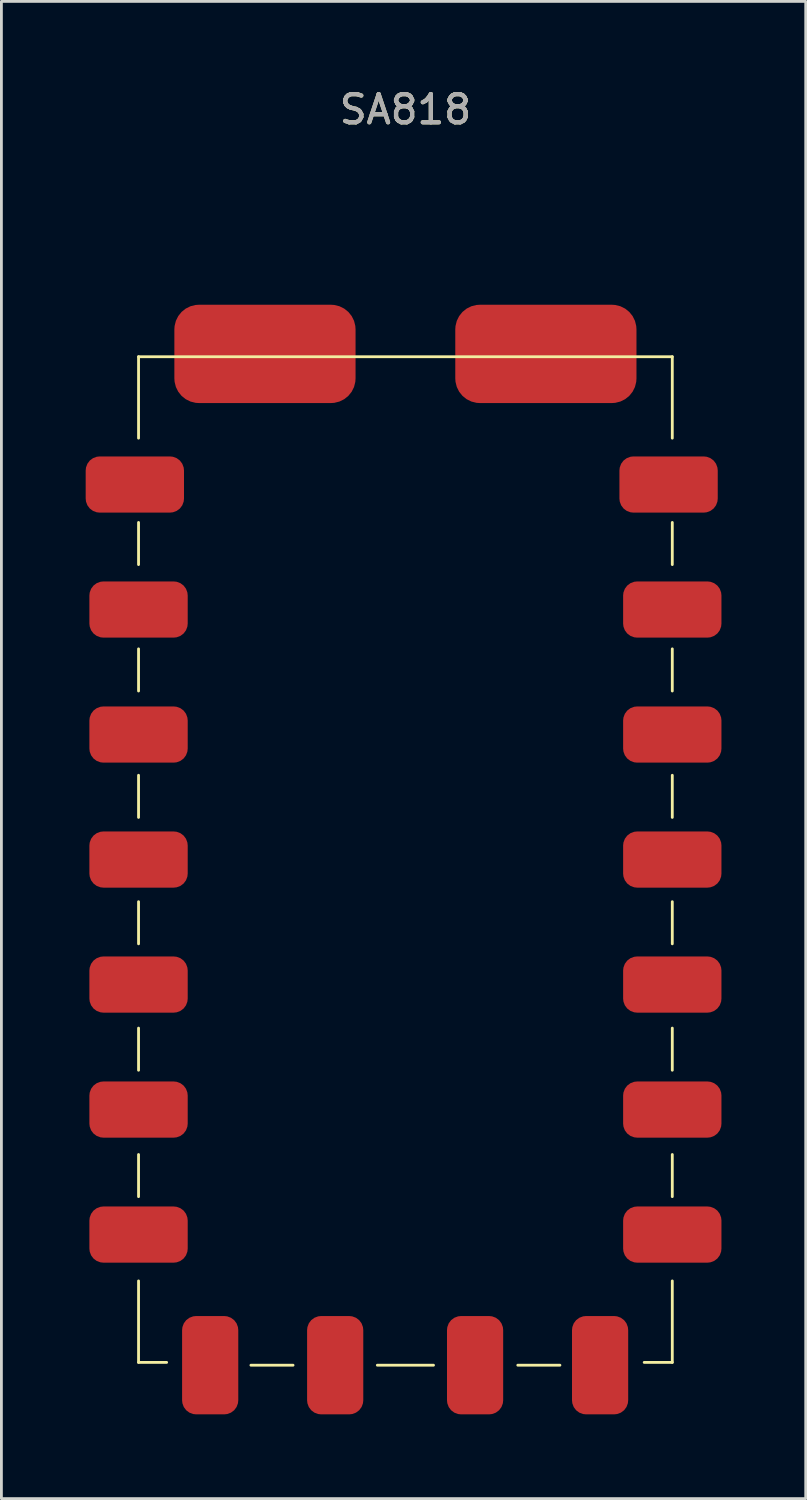
<source format=kicad_pcb>
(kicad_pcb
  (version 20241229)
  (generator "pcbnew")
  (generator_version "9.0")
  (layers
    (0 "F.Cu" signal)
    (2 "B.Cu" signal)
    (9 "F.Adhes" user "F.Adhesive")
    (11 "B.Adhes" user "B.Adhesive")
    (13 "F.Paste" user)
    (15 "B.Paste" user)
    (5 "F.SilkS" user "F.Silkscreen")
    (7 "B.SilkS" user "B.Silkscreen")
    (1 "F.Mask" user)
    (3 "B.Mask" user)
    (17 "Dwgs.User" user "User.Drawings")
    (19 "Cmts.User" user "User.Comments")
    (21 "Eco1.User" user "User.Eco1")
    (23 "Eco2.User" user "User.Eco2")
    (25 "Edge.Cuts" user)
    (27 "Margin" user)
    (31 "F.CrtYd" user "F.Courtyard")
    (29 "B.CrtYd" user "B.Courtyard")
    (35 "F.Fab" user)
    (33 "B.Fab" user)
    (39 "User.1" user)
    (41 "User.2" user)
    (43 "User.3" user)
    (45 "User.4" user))
  (footprint "SA818"
    (layer "F.Cu")
    (at 11.382 27.548)
    (property "Reference" "SA818" (at 0 -26.7 0) (unlocked yes) (layer "F.SilkS") (effects (font (size 1 1) (thickness 0.15))))
    (attr smd)
    (fp_line (start -9.5 -17.9) (end -9.5 -15) (stroke (width 0.1) (type solid)) (layer "F.SilkS"))
    (fp_line (start -9.5 -12) (end -9.5 -10.5) (stroke (width 0.1) (type solid)) (layer "F.SilkS"))
    (fp_line (start -9.5 -7.5) (end -9.5 -6) (stroke (width 0.1) (type solid)) (layer "F.SilkS"))
    (fp_line (start -9.5 -3) (end -9.5 -1.5) (stroke (width 0.1) (type solid)) (layer "F.SilkS"))
    (fp_line (start -9.5 1.5) (end -9.5 3) (stroke (width 0.1) (type solid)) (layer "F.SilkS"))
    (fp_line (start -9.5 6) (end -9.5 7.5) (stroke (width 0.1) (type solid)) (layer "F.SilkS"))
    (fp_line (start -9.5 10.5) (end -9.5 12) (stroke (width 0.1) (type solid)) (layer "F.SilkS"))
    (fp_line (start -9.5 15) (end -9.5 17.9) (stroke (width 0.1) (type solid)) (layer "F.SilkS"))
    (fp_line (start -9.5 17.9) (end -8.5 17.9) (stroke (width 0.1) (type solid)) (layer "F.SilkS"))
    (fp_line (start -5.5 18) (end -4 18) (stroke (width 0.1) (type solid)) (layer "F.SilkS"))
    (fp_line (start -1 18) (end 1 18) (stroke (width 0.1) (type solid)) (layer "F.SilkS"))
    (fp_line (start 4 18) (end 5.5 18) (stroke (width 0.1) (type solid)) (layer "F.SilkS"))
    (fp_line (start 8.5 17.9) (end 9.5 17.9) (stroke (width 0.1) (type solid)) (layer "F.SilkS"))
    (fp_line (start 9.5 -17.9) (end -9.5 -17.9) (stroke (width 0.1) (type solid)) (layer "F.SilkS"))
    (fp_line (start 9.5 -17.9) (end 9.5 -15) (stroke (width 0.1) (type solid)) (layer "F.SilkS"))
    (fp_line (start 9.5 -12) (end 9.5 -10.5) (stroke (width 0.1) (type solid)) (layer "F.SilkS"))
    (fp_line (start 9.5 -7.5) (end 9.5 -6) (stroke (width 0.1) (type solid)) (layer "F.SilkS"))
    (fp_line (start 9.5 -3) (end 9.5 -1.5) (stroke (width 0.1) (type solid)) (layer "F.SilkS"))
    (fp_line (start 9.5 1.5) (end 9.5 3) (stroke (width 0.1) (type solid)) (layer "F.SilkS"))
    (fp_line (start 9.5 6) (end 9.5 7.5) (stroke (width 0.1) (type solid)) (layer "F.SilkS"))
    (fp_line (start 9.5 10.5) (end 9.5 12) (stroke (width 0.1) (type solid)) (layer "F.SilkS"))
    (fp_line (start 9.5 15) (end 9.5 17.9) (stroke (width 0.1) (type solid)) (layer "F.SilkS"))
    (fp_text user "${REFERENCE}" (at 0 -26.7 0) (unlocked yes) (layer "F.Fab") (effects (font (size 1 1) (thickness 0.15))))
    (pad "1" smd roundrect (at -9.632 -13.35) (size 3.5 2) (layers "F.Cu" "F.Mask" "F.Paste") (roundrect_rratio 0.25))
    (pad "2" smd roundrect (at -9.5 -8.9) (size 3.5 2) (layers "F.Cu" "F.Mask" "F.Paste") (roundrect_rratio 0.25))
    (pad "3" smd roundrect (at -9.5 -4.45) (size 3.5 2) (layers "F.Cu" "F.Mask" "F.Paste") (roundrect_rratio 0.25))
    (pad "4" smd roundrect (at -9.5 0) (size 3.5 2) (layers "F.Cu" "F.Mask" "F.Paste") (roundrect_rratio 0.25))
    (pad "5" smd roundrect (at -9.5 4.45) (size 3.5 2) (layers "F.Cu" "F.Mask" "F.Paste") (roundrect_rratio 0.25))
    (pad "6" smd roundrect (at -9.5 8.9) (size 3.5 2) (layers "F.Cu" "F.Mask" "F.Paste") (roundrect_rratio 0.25))
    (pad "7" smd roundrect (at -9.5 13.35) (size 3.5 2) (layers "F.Cu" "F.Mask" "F.Paste") (roundrect_rratio 0.25))
    (pad "8" smd roundrect (at -6.95 18 90) (size 3.5 2) (layers "F.Cu" "F.Mask" "F.Paste") (roundrect_rratio 0.25))
    (pad "9" smd roundrect (at -2.5 18 90) (size 3.5 2) (layers "F.Cu" "F.Mask" "F.Paste") (roundrect_rratio 0.25))
    (pad "10" smd roundrect (at 2.48 18 90) (size 3.5 2) (layers "F.Cu" "F.Mask" "F.Paste") (roundrect_rratio 0.25))
    (pad "11" smd roundrect (at 6.93 18 90) (size 3.5 2) (layers "F.Cu" "F.Mask" "F.Paste") (roundrect_rratio 0.25))
    (pad "12" smd roundrect (at 9.5 13.35) (size 3.5 2) (layers "F.Cu" "F.Mask" "F.Paste") (roundrect_rratio 0.25))
    (pad "13" smd roundrect (at 9.5 8.9) (size 3.5 2) (layers "F.Cu" "F.Mask" "F.Paste") (roundrect_rratio 0.25))
    (pad "14" smd roundrect (at 9.5 4.45) (size 3.5 2) (layers "F.Cu" "F.Mask" "F.Paste") (roundrect_rratio 0.25))
    (pad "15" smd roundrect (at 9.5 0) (size 3.5 2) (layers "F.Cu" "F.Mask" "F.Paste") (roundrect_rratio 0.25))
    (pad "16" smd roundrect (at 9.5 -4.45) (size 3.5 2) (layers "F.Cu" "F.Mask" "F.Paste") (roundrect_rratio 0.25))
    (pad "17" smd roundrect (at 9.5 -8.9) (size 3.5 2) (layers "F.Cu" "F.Mask" "F.Paste") (roundrect_rratio 0.25))
    (pad "18" smd roundrect (at 9.368 -13.35) (size 3.5 2) (layers "F.Cu" "F.Mask" "F.Paste") (roundrect_rratio 0.25))
    (pad "NC" smd roundrect (at -5 -18 90) (size 3.5 6.45) (layers "F.Cu" "F.Mask" "F.Paste") (roundrect_rratio 0.25))
    (pad "NC" smd roundrect (at 5 -18 90) (size 3.5 6.45) (layers "F.Cu" "F.Mask" "F.Paste") (roundrect_rratio 0.25)))
  (gr_rect
    (start -3 -3)
    (end 25.632 50.298)
    (stroke (width 0.1) (type default))
    (fill no)
    (layer "Edge.Cuts")))
</source>
